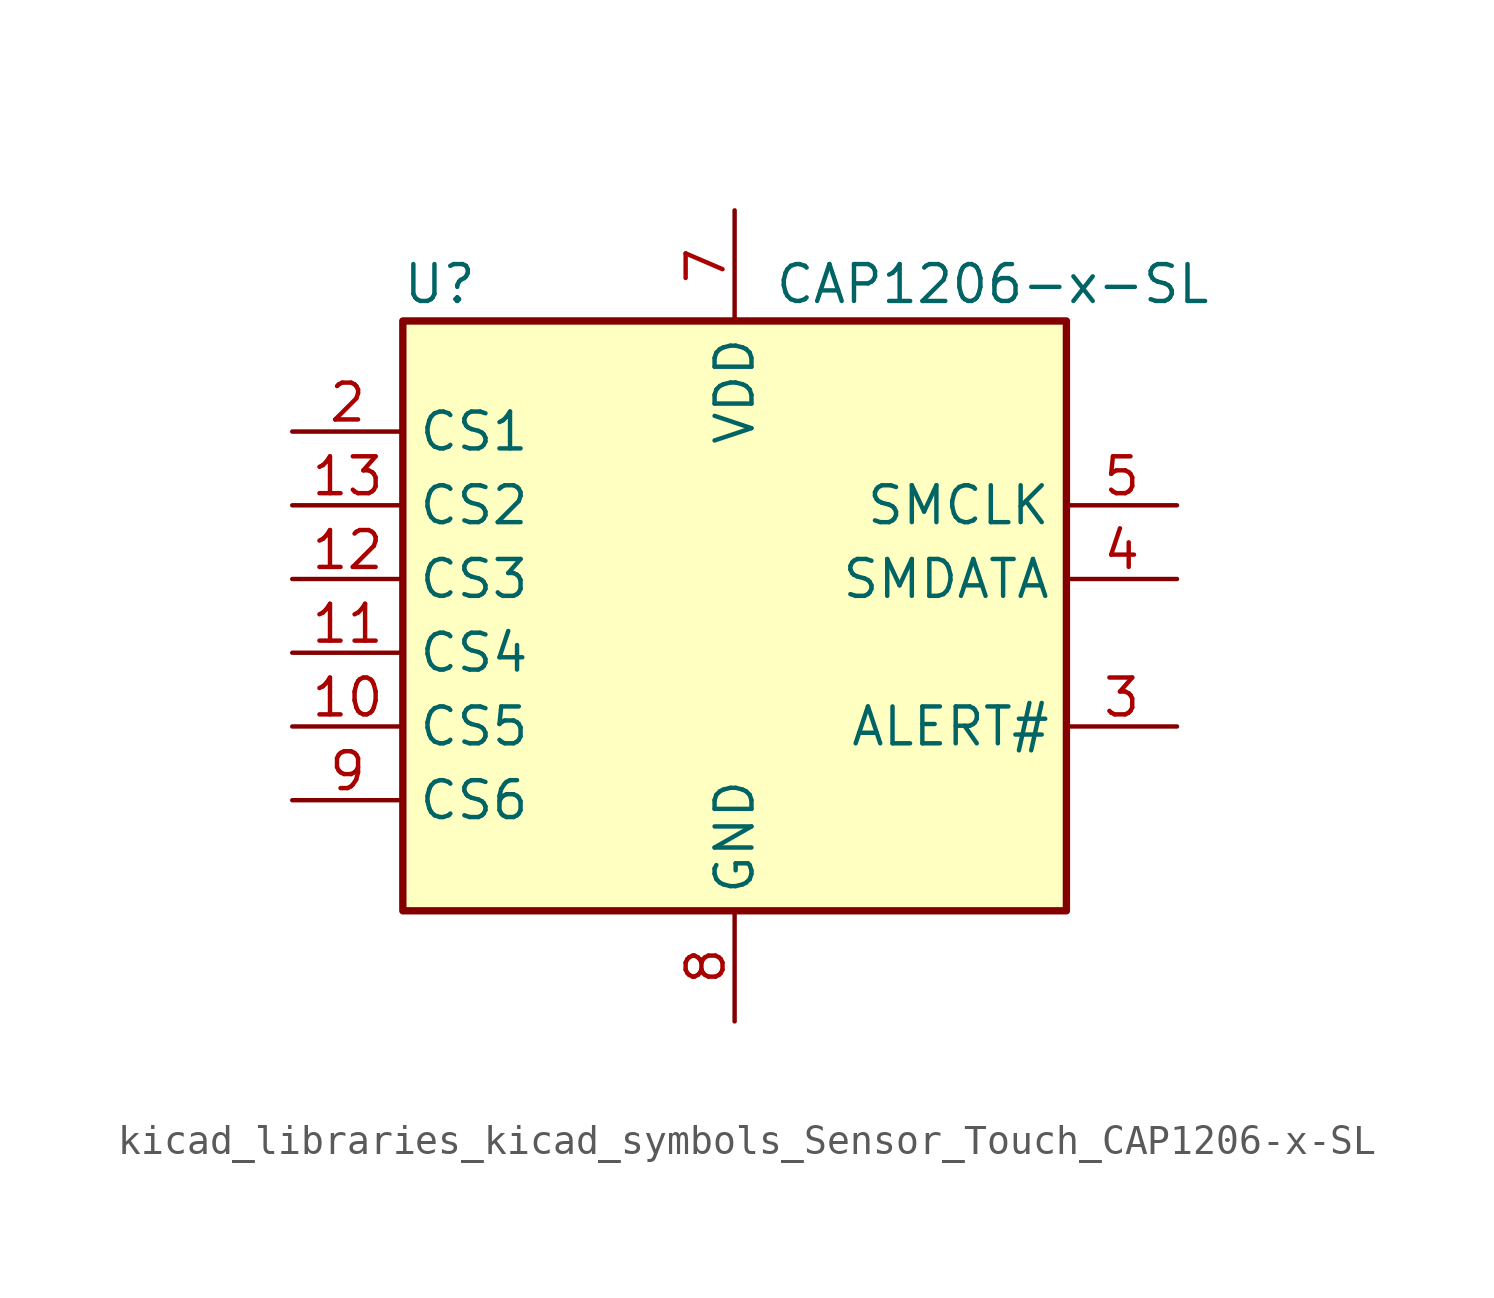
<source format=kicad_sym>
(kicad_symbol_lib
  (version 20220914)
  (generator kicad_symbol_editor)
  (symbol "kicad_libraries_kicad_symbols_Sensor_Touch_CAP1206-x-SL"
    (property "Reference" "U"
      (at -10.16 12.7 0)
      (effects (font (size 1.27 1.27))))
    (property "Value" "CAP1206-x-SL"
      (at 8.89 12.7 0)
      (effects (font (size 1.27 1.27))))
    (symbol "kicad_libraries_kicad_symbols_Sensor_Touch_CAP1206-x-SL_0_1"
      (rectangle (start -11.43 11.43) (end 11.43 -8.89) (stroke (width 0.254) (type default)) (fill (type background))))
    (symbol "kicad_libraries_kicad_symbols_Sensor_Touch_CAP1206-x-SL_1_1"
      (pin passive line (at -15.24 -2.54 0) (length 3.81) (name "CS5" (effects (font (size 1.27 1.27)))) (number "10" (effects (font (size 1.27 1.27)))))
      (pin passive line (at -15.24 0 0) (length 3.81) (name "CS4" (effects (font (size 1.27 1.27)))) (number "11" (effects (font (size 1.27 1.27)))))
      (pin passive line (at -15.24 2.54 0) (length 3.81) (name "CS3" (effects (font (size 1.27 1.27)))) (number "12" (effects (font (size 1.27 1.27)))))
      (pin passive line (at -15.24 5.08 0) (length 3.81) (name "CS2" (effects (font (size 1.27 1.27)))) (number "13" (effects (font (size 1.27 1.27)))))
      (pin passive line (at -15.24 7.62 0) (length 3.81) (name "CS1" (effects (font (size 1.27 1.27)))) (number "2" (effects (font (size 1.27 1.27)))))
      (pin open_collector line (at 15.24 -2.54 180) (length 3.81) (name "ALERT#" (effects (font (size 1.27 1.27)))) (number "3" (effects (font (size 1.27 1.27)))))
      (pin bidirectional line (at 15.24 2.54 180) (length 3.81) (name "SMDATA" (effects (font (size 1.27 1.27)))) (number "4" (effects (font (size 1.27 1.27)))))
      (pin input line (at 15.24 5.08 180) (length 3.81) (name "SMCLK" (effects (font (size 1.27 1.27)))) (number "5" (effects (font (size 1.27 1.27)))))
      (pin power_in line (at 0 15.24 270) (length 3.81) (name "VDD" (effects (font (size 1.27 1.27)))) (number "7" (effects (font (size 1.27 1.27)))))
      (pin power_in line (at 0 -12.7 90) (length 3.81) (name "GND" (effects (font (size 1.27 1.27)))) (number "8" (effects (font (size 1.27 1.27)))))
      (pin passive line (at -15.24 -5.08 0) (length 3.81) (name "CS6" (effects (font (size 1.27 1.27)))) (number "9" (effects (font (size 1.27 1.27))))))))
</source>
